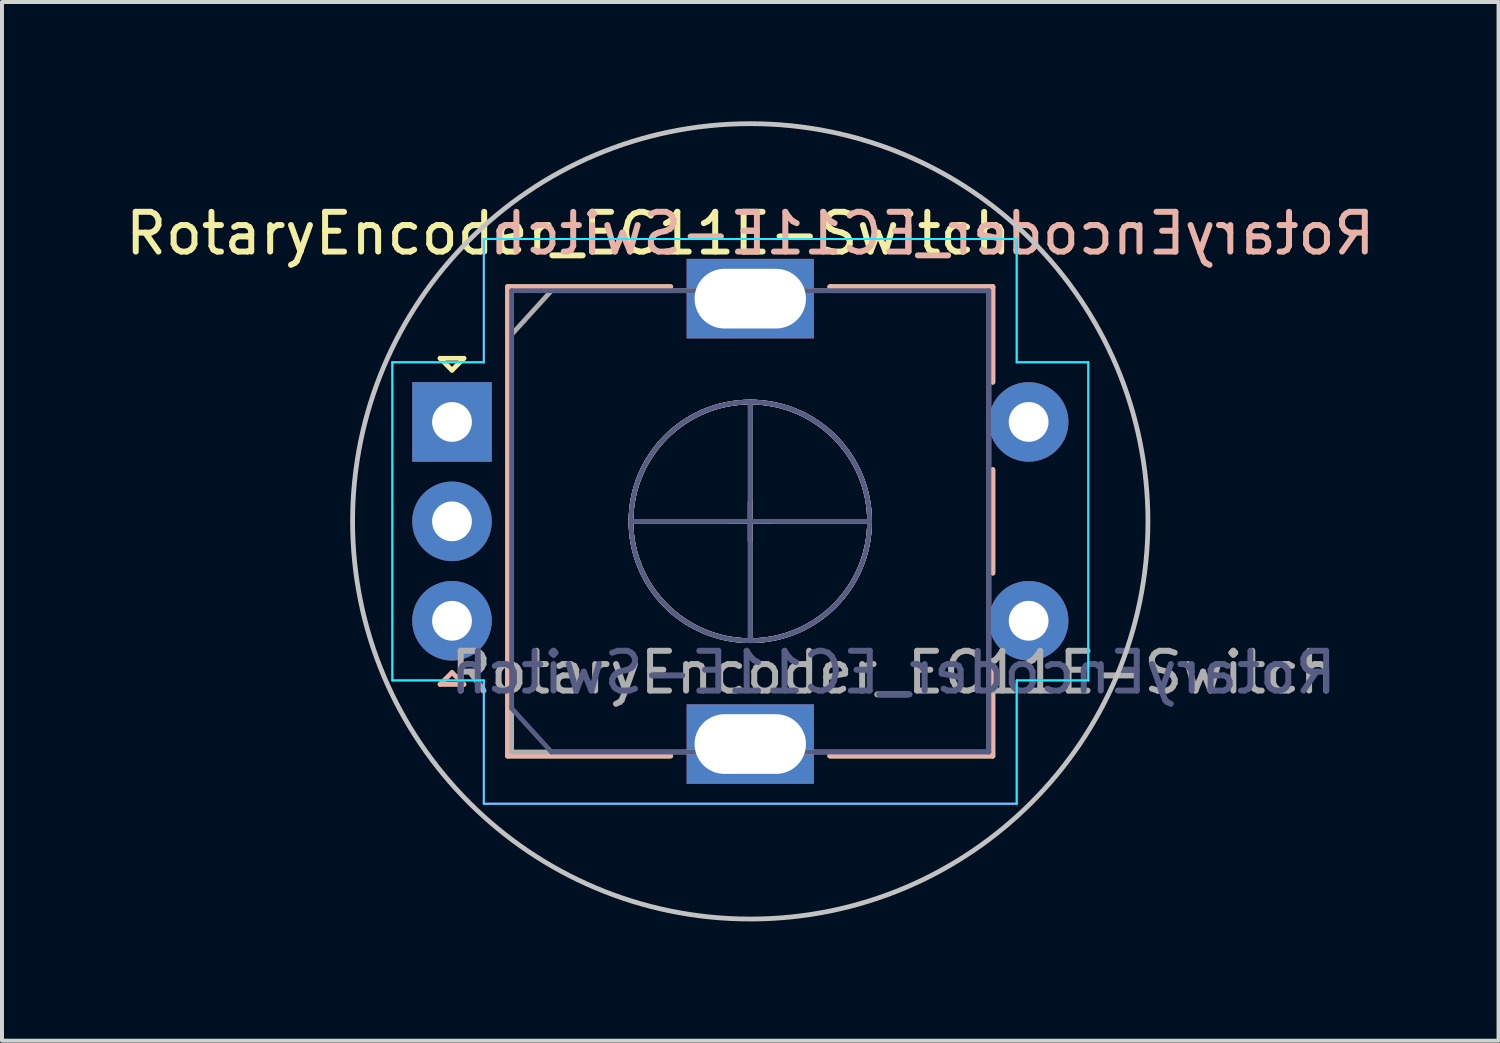
<source format=kicad_pcb>
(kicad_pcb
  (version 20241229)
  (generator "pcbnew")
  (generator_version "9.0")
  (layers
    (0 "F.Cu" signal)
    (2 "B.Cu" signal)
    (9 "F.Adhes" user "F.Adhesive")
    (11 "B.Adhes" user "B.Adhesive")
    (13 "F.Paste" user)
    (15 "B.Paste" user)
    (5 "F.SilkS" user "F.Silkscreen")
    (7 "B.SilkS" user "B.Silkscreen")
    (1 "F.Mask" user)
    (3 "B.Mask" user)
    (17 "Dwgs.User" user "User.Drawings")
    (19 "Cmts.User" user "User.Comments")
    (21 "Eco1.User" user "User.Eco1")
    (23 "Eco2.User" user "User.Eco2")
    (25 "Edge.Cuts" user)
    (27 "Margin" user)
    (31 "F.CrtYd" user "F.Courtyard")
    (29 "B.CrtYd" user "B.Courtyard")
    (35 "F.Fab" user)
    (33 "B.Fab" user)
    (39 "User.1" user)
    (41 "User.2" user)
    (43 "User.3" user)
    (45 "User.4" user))
  (footprint "RotaryEncoder_EC11E-Switch"
    (layer "F.Cu")
    (at 15.816 10.06)
    (property "Reference" "RotaryEncoder_EC11E-Switch" (at -4.572 -7.239 0) (layer "F.SilkS") (effects (font (size 1 1) (thickness 0.15))))
    (attr through_hole)
    (fp_line (start -7.8 -4.1) (end -7.2 -4.1) (stroke (width 0.12) (type solid)) (layer "F.SilkS"))
    (fp_line (start -7.5 -3.8) (end -7.8 -4.1) (stroke (width 0.12) (type solid)) (layer "F.SilkS"))
    (fp_line (start -7.2 -4.1) (end -7.5 -3.8) (stroke (width 0.12) (type solid)) (layer "F.SilkS"))
    (fp_line (start -6.1 -5.9) (end -6.1 5.9) (stroke (width 0.12) (type solid)) (layer "F.SilkS"))
    (fp_line (start -2 -5.9) (end -6.1 -5.9) (stroke (width 0.12) (type solid)) (layer "F.SilkS"))
    (fp_line (start -2 5.9) (end -6.1 5.9) (stroke (width 0.12) (type solid)) (layer "F.SilkS"))
    (fp_line (start -0.5 0) (end 0.5 0) (stroke (width 0.12) (type solid)) (layer "F.SilkS"))
    (fp_line (start 0 -0.5) (end 0 0.5) (stroke (width 0.12) (type solid)) (layer "F.SilkS"))
    (fp_line (start 2 -5.9) (end 6.1 -5.9) (stroke (width 0.12) (type solid)) (layer "F.SilkS"))
    (fp_line (start 6.1 -5.9) (end 6.1 -3.5) (stroke (width 0.12) (type solid)) (layer "F.SilkS"))
    (fp_line (start 6.1 -1.3) (end 6.1 1.3) (stroke (width 0.12) (type solid)) (layer "F.SilkS"))
    (fp_line (start 6.1 3.5) (end 6.1 5.9) (stroke (width 0.12) (type solid)) (layer "F.SilkS"))
    (fp_line (start 6.1 5.9) (end 2 5.9) (stroke (width 0.12) (type solid)) (layer "F.SilkS"))
    (fp_circle (center 0 0) (end 3 0) (stroke (width 0.12) (type solid)) (fill no) (layer "F.SilkS"))
    (fp_line (start -7.5 3.8) (end -7.8 4.1) (stroke (width 0.12) (type solid)) (layer "B.SilkS"))
    (fp_line (start -7.2 4.1) (end -7.8 4.1) (stroke (width 0.12) (type solid)) (layer "B.SilkS"))
    (fp_line (start -7.2 4.1) (end -7.5 3.8) (stroke (width 0.12) (type solid)) (layer "B.SilkS"))
    (fp_line (start -6.1 5.9) (end -6.1 -5.9) (stroke (width 0.12) (type solid)) (layer "B.SilkS"))
    (fp_line (start -2 -5.9) (end -6.1 -5.9) (stroke (width 0.12) (type solid)) (layer "B.SilkS"))
    (fp_line (start -2 5.9) (end -6.1 5.9) (stroke (width 0.12) (type solid)) (layer "B.SilkS"))
    (fp_line (start -0.5 0) (end 0.5 0) (stroke (width 0.12) (type solid)) (layer "B.SilkS"))
    (fp_line (start 0 0.5) (end 0 -0.5) (stroke (width 0.12) (type solid)) (layer "B.SilkS"))
    (fp_line (start 2 5.9) (end 6.1 5.9) (stroke (width 0.12) (type solid)) (layer "B.SilkS"))
    (fp_line (start 6.1 -5.9) (end 2 -5.9) (stroke (width 0.12) (type solid)) (layer "B.SilkS"))
    (fp_line (start 6.1 -3.5) (end 6.1 -5.9) (stroke (width 0.12) (type solid)) (layer "B.SilkS"))
    (fp_line (start 6.1 1.3) (end 6.1 -1.3) (stroke (width 0.12) (type solid)) (layer "B.SilkS"))
    (fp_line (start 6.1 5.9) (end 6.1 3.5) (stroke (width 0.12) (type solid)) (layer "B.SilkS"))
    (fp_circle (center 0 0) (end 3 0) (stroke (width 0.12) (type solid)) (fill no) (layer "B.SilkS"))
    (fp_circle (center 0 0) (end 10 0) (stroke (width 0.12) (type solid)) (fill no) (layer "Dwgs.User"))
    (fp_line (start -9 -4) (end -6.7 -4) (stroke (width 0.05) (type solid)) (layer "B.CrtYd"))
    (fp_line (start -9 4) (end -9 -4) (stroke (width 0.05) (type solid)) (layer "B.CrtYd"))
    (fp_line (start -6.7 -7.1) (end 6.7 -7.1) (stroke (width 0.05) (type solid)) (layer "B.CrtYd"))
    (fp_line (start -6.7 -4) (end -6.7 -7.1) (stroke (width 0.05) (type solid)) (layer "B.CrtYd"))
    (fp_line (start -6.7 4) (end -9 4) (stroke (width 0.05) (type solid)) (layer "B.CrtYd"))
    (fp_line (start -6.7 7.1) (end -6.7 4) (stroke (width 0.05) (type solid)) (layer "B.CrtYd"))
    (fp_line (start -6.7 7.1) (end 6.7 7.1) (stroke (width 0.05) (type solid)) (layer "B.CrtYd"))
    (fp_line (start 6.7 -7.1) (end -6.7 -7.1) (stroke (width 0.05) (type solid)) (layer "B.CrtYd"))
    (fp_line (start 6.7 -7.1) (end 6.7 -4) (stroke (width 0.05) (type solid)) (layer "B.CrtYd"))
    (fp_line (start 6.7 -4) (end 8.5 -4) (stroke (width 0.05) (type solid)) (layer "B.CrtYd"))
    (fp_line (start 6.7 4) (end 6.7 7.1) (stroke (width 0.05) (type solid)) (layer "B.CrtYd"))
    (fp_line (start 8.5 -4) (end 8.5 4) (stroke (width 0.05) (type solid)) (layer "B.CrtYd"))
    (fp_line (start 8.5 4) (end 6.7 4) (stroke (width 0.05) (type solid)) (layer "B.CrtYd"))
    (fp_line (start -9 -4) (end -9 4) (stroke (width 0.05) (type solid)) (layer "F.CrtYd"))
    (fp_line (start -9 -4) (end -6.7 -4) (stroke (width 0.05) (type solid)) (layer "F.CrtYd"))
    (fp_line (start -9 4) (end -6.7 4) (stroke (width 0.05) (type solid)) (layer "F.CrtYd"))
    (fp_line (start -6.7 -7.1) (end 6.7 -7.1) (stroke (width 0.05) (type solid)) (layer "F.CrtYd"))
    (fp_line (start -6.7 -4) (end -6.7 -7.1) (stroke (width 0.05) (type solid)) (layer "F.CrtYd"))
    (fp_line (start -6.7 4) (end -6.7 7.1) (stroke (width 0.05) (type solid)) (layer "F.CrtYd"))
    (fp_line (start 6.7 -4) (end 6.7 -7.1) (stroke (width 0.05) (type solid)) (layer "F.CrtYd"))
    (fp_line (start 6.7 4) (end 6.7 7.1) (stroke (width 0.05) (type solid)) (layer "F.CrtYd"))
    (fp_line (start 6.7 7.1) (end -6.7 7.1) (stroke (width 0.05) (type solid)) (layer "F.CrtYd"))
    (fp_line (start 8.5 -4) (end 6.7 -4) (stroke (width 0.05) (type solid)) (layer "F.CrtYd"))
    (fp_line (start 8.5 4) (end 6.7 4) (stroke (width 0.05) (type solid)) (layer "F.CrtYd"))
    (fp_line (start 8.5 4) (end 8.5 -4) (stroke (width 0.05) (type solid)) (layer "F.CrtYd"))
    (fp_line (start -6 -5.8) (end -6 4.7) (stroke (width 0.12) (type solid)) (layer "B.Fab"))
    (fp_line (start -6 4.7) (end -5 5.8) (stroke (width 0.12) (type solid)) (layer "B.Fab"))
    (fp_line (start -5 5.8) (end 6 5.8) (stroke (width 0.12) (type solid)) (layer "B.Fab"))
    (fp_line (start -3 0) (end 3 0) (stroke (width 0.12) (type solid)) (layer "B.Fab"))
    (fp_line (start 0 3) (end 0 -3) (stroke (width 0.12) (type solid)) (layer "B.Fab"))
    (fp_line (start 6 -5.8) (end -6 -5.8) (stroke (width 0.12) (type solid)) (layer "B.Fab"))
    (fp_line (start 6 5.8) (end 6 -5.8) (stroke (width 0.12) (type solid)) (layer "B.Fab"))
    (fp_circle (center 0 0) (end 3 0) (stroke (width 0.12) (type solid)) (fill no) (layer "B.Fab"))
    (fp_line (start -6 -4.7) (end -5 -5.8) (stroke (width 0.12) (type solid)) (layer "F.Fab"))
    (fp_line (start -6 5.8) (end -6 -4.7) (stroke (width 0.12) (type solid)) (layer "F.Fab"))
    (fp_line (start -5 -5.8) (end 6 -5.8) (stroke (width 0.12) (type solid)) (layer "F.Fab"))
    (fp_line (start -3 0) (end 3 0) (stroke (width 0.12) (type solid)) (layer "F.Fab"))
    (fp_line (start 0 -3) (end 0 3) (stroke (width 0.12) (type solid)) (layer "F.Fab"))
    (fp_line (start 6 -5.8) (end 6 5.8) (stroke (width 0.12) (type solid)) (layer "F.Fab"))
    (fp_line (start 6 5.8) (end -6 5.8) (stroke (width 0.12) (type solid)) (layer "F.Fab"))
    (fp_circle (center 0 0) (end 3 0) (stroke (width 0.12) (type solid)) (fill no) (layer "F.Fab"))
    (fp_text user "${REFERENCE}" (at 4.572 -7.239 0) (layer "B.SilkS") (effects (font (size 1 1) (thickness 0.15)) (justify mirror)))
    (fp_text user "${REFERENCE}" (at 3.6 3.8 180) (layer "B.Fab") (effects (font (size 1 1) (thickness 0.15)) (justify mirror)))
    (fp_text user "${REFERENCE}" (at 3.6 3.8 0) (layer "F.Fab") (effects (font (size 1 1) (thickness 0.15))))
    (pad "A" thru_hole rect (at -7.5 -2.5) (size 2 2) (drill 1) (layers "*.Cu" "*.Mask"))
    (pad "B" thru_hole circle (at -7.5 2.5) (size 2 2) (drill 1) (layers "*.Cu" "*.Mask"))
    (pad "C" thru_hole circle (at -7.5 0) (size 2 2) (drill 1) (layers "*.Cu" "*.Mask"))
    (pad "MP" thru_hole rect (at 0 -5.6) (size 3.2 2) (drill oval 2.8 1.5) (layers "*.Cu" "*.Mask"))
    (pad "MP" thru_hole rect (at 0 5.6) (size 3.2 2) (drill oval 2.8 1.5) (layers "*.Cu" "*.Mask"))
    (pad "S1" thru_hole circle (at 7 -2.5) (size 2 2) (drill 1) (layers "*.Cu" "*.Mask"))
    (pad "S2" thru_hole circle (at 7 2.5) (size 2 2) (drill 1) (layers "*.Cu" "*.Mask")))
  (gr_rect
    (start -3 -3)
    (end 34.632 23.12)
    (stroke (width 0.1) (type default))
    (fill no)
    (layer "Edge.Cuts")))
</source>
